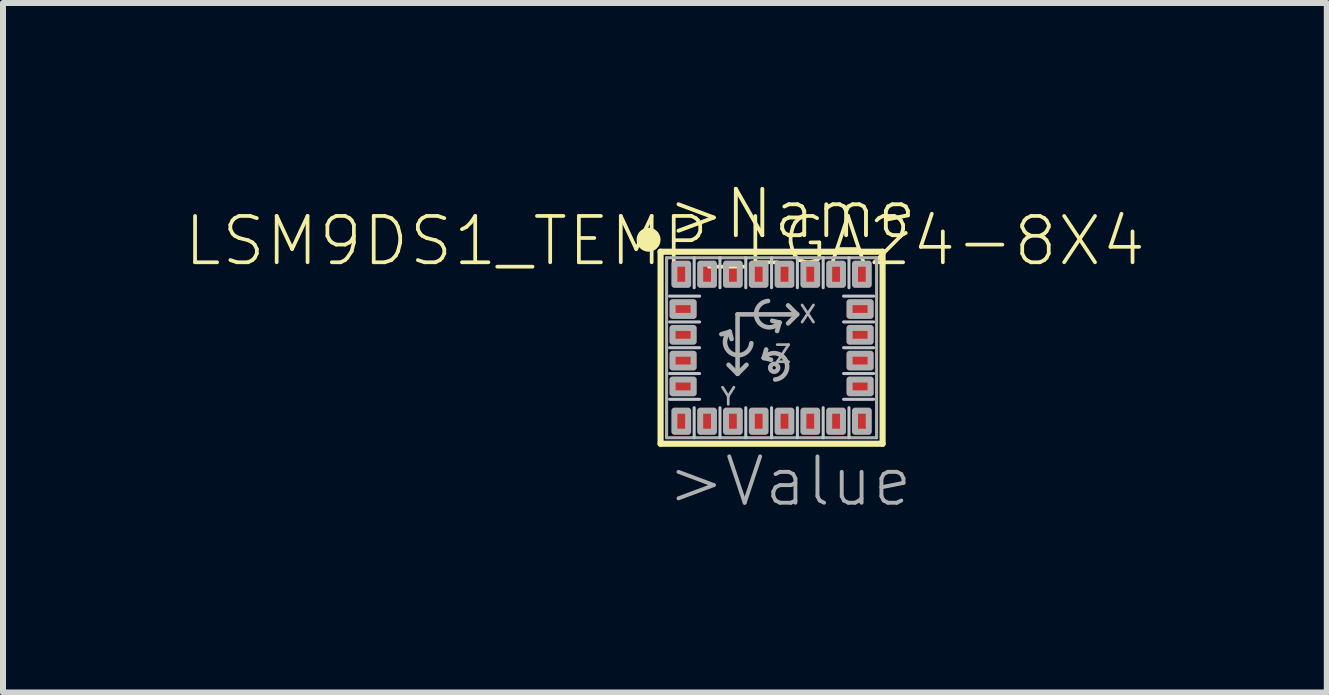
<source format=kicad_pcb>
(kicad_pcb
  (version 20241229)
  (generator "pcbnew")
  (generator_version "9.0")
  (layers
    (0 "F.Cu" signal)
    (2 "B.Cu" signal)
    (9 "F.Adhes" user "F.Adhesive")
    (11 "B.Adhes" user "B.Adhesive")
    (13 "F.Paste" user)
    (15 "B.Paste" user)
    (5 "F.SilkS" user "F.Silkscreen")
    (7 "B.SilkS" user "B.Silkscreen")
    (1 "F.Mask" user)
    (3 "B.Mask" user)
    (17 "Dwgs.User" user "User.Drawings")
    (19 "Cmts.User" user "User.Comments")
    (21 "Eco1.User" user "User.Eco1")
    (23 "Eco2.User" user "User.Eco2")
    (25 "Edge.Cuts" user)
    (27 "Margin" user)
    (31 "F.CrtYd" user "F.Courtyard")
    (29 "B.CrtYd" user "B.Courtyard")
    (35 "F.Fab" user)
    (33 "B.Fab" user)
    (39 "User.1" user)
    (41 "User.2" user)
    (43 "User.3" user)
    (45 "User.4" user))
  (footprint "LSM9DS1_TEMP_LGA24-8X4"
    (layer "F.Cu")
    (at 9.809 2.745)
    (property "Reference" "LSM9DS1_TEMP_LGA24-8X4" (at -1.778 -1.778 0) (layer "F.SilkS") (effects (font (size 0.772 0.772) (thickness 0.062))))
    (attr through_hole)
    (fp_line (start -1.85 -1.6) (end 1.85 -1.6) (stroke (width 0.102) (type solid)) (layer "F.SilkS"))
    (fp_line (start -1.85 1.6) (end -1.85 -1.6) (stroke (width 0.102) (type solid)) (layer "F.SilkS"))
    (fp_line (start 1.85 -1.6) (end 1.85 1.6) (stroke (width 0.102) (type solid)) (layer "F.SilkS"))
    (fp_line (start 1.85 1.6) (end -1.85 1.6) (stroke (width 0.102) (type solid)) (layer "F.SilkS"))
    (fp_circle (center -2.05 -1.8) (end -1.95 -1.8) (stroke (width 0.2) (type solid)) (fill no) (layer "F.SilkS"))
    (fp_line (start -1.7 -0.86) (end -1.2 -0.86) (stroke (width 0.051) (type solid)) (layer "Dwgs.User"))
    (fp_line (start -1.7 -0.43) (end -1.2 -0.43) (stroke (width 0.051) (type solid)) (layer "Dwgs.User"))
    (fp_line (start -1.7 0) (end -1.2 0) (stroke (width 0.051) (type solid)) (layer "Dwgs.User"))
    (fp_line (start -1.7 0.43) (end -1.2 0.43) (stroke (width 0.051) (type solid)) (layer "Dwgs.User"))
    (fp_line (start -1.7 0.86) (end -1.2 0.86) (stroke (width 0.051) (type solid)) (layer "Dwgs.User"))
    (fp_line (start -1.29 -1.5) (end -1.29 -1) (stroke (width 0.051) (type solid)) (layer "Dwgs.User"))
    (fp_line (start -1.29 1.5) (end -1.29 1) (stroke (width 0.051) (type solid)) (layer "Dwgs.User"))
    (fp_line (start -0.86 -1.5) (end -0.86 -1) (stroke (width 0.051) (type solid)) (layer "Dwgs.User"))
    (fp_line (start -0.86 1.5) (end -0.86 1) (stroke (width 0.051) (type solid)) (layer "Dwgs.User"))
    (fp_line (start -0.43 -1.5) (end -0.43 -1) (stroke (width 0.051) (type solid)) (layer "Dwgs.User"))
    (fp_line (start -0.43 1.5) (end -0.43 1) (stroke (width 0.051) (type solid)) (layer "Dwgs.User"))
    (fp_line (start 0 -1.5) (end 0 -1) (stroke (width 0.051) (type solid)) (layer "Dwgs.User"))
    (fp_line (start 0 1.5) (end 0 1) (stroke (width 0.051) (type solid)) (layer "Dwgs.User"))
    (fp_line (start 0.43 -1.5) (end 0.43 -1) (stroke (width 0.051) (type solid)) (layer "Dwgs.User"))
    (fp_line (start 0.43 1.5) (end 0.43 1) (stroke (width 0.051) (type solid)) (layer "Dwgs.User"))
    (fp_line (start 0.86 -1.5) (end 0.86 -1) (stroke (width 0.051) (type solid)) (layer "Dwgs.User"))
    (fp_line (start 0.86 1.5) (end 0.86 1) (stroke (width 0.051) (type solid)) (layer "Dwgs.User"))
    (fp_line (start 1.29 -1.5) (end 1.29 -1) (stroke (width 0.051) (type solid)) (layer "Dwgs.User"))
    (fp_line (start 1.29 1.5) (end 1.29 1) (stroke (width 0.051) (type solid)) (layer "Dwgs.User"))
    (fp_line (start 1.7 -0.86) (end 1.2 -0.86) (stroke (width 0.051) (type solid)) (layer "Dwgs.User"))
    (fp_line (start 1.7 -0.43) (end 1.2 -0.43) (stroke (width 0.051) (type solid)) (layer "Dwgs.User"))
    (fp_line (start 1.7 0) (end 1.2 0) (stroke (width 0.051) (type solid)) (layer "Dwgs.User"))
    (fp_line (start 1.7 0.43) (end 1.2 0.43) (stroke (width 0.051) (type solid)) (layer "Dwgs.User"))
    (fp_line (start 1.7 0.86) (end 1.2 0.86) (stroke (width 0.051) (type solid)) (layer "Dwgs.User"))
    (fp_line (start -1.75 -1.5) (end 1.75 -1.5) (stroke (width 0.051) (type solid)) (layer "F.Fab"))
    (fp_line (start -1.75 1.5) (end -1.75 -1.5) (stroke (width 0.051) (type solid)) (layer "F.Fab"))
    (fp_line (start -0.697 -0.265) (end -0.837 -0.225) (stroke (width 0.076) (type solid)) (layer "F.Fab"))
    (fp_line (start -0.697 -0.265) (end -0.667 -0.145) (stroke (width 0.076) (type solid)) (layer "F.Fab"))
    (fp_line (start -0.567 0.432) (end -0.567 -0.556) (stroke (width 0.076) (type solid)) (layer "F.Fab"))
    (fp_line (start -0.567 0.435) (end -0.717 0.285) (stroke (width 0.076) (type solid)) (layer "F.Fab"))
    (fp_line (start -0.567 0.435) (end -0.417 0.285) (stroke (width 0.076) (type solid)) (layer "F.Fab"))
    (fp_line (start -0.13 0.17) (end -0.09 0.03) (stroke (width 0.076) (type solid)) (layer "F.Fab"))
    (fp_line (start -0.13 0.17) (end -0.01 0.2) (stroke (width 0.076) (type solid)) (layer "F.Fab"))
    (fp_line (start 0.131 -0.419) (end 0.011 -0.449) (stroke (width 0.076) (type solid)) (layer "F.Fab"))
    (fp_line (start 0.131 -0.419) (end 0.091 -0.279) (stroke (width 0.076) (type solid)) (layer "F.Fab"))
    (fp_line (start 0.425 -0.556) (end -0.567 -0.556) (stroke (width 0.076) (type solid)) (layer "F.Fab"))
    (fp_line (start 0.425 -0.556) (end 0.275 -0.706) (stroke (width 0.076) (type solid)) (layer "F.Fab"))
    (fp_line (start 0.425 -0.556) (end 0.275 -0.406) (stroke (width 0.076) (type solid)) (layer "F.Fab"))
    (fp_line (start 1.75 -1.5) (end 1.75 1.5) (stroke (width 0.051) (type solid)) (layer "F.Fab"))
    (fp_line (start 1.75 1.5) (end -1.75 1.5) (stroke (width 0.051) (type solid)) (layer "F.Fab"))
    (fp_arc (start -0.337 -0.075) (mid -0.659177 0.09939) (end -0.697 -0.264999) (stroke (width 0.0762) (type solid)) (layer "F.Fab"))
    (fp_arc (start -0.130001 0.169999) (mid 0.234389 0.207821) (end 0.06 0.53) (stroke (width 0.0762) (type solid)) (layer "F.Fab"))
    (fp_arc (start 0.131401 -0.419399) (mid -0.232989 -0.457221) (end -0.0586 -0.7794) (stroke (width 0.0762) (type solid)) (layer "F.Fab"))
    (fp_circle (center 0.043 0.334) (end 0.071 0.334) (stroke (width 0.076) (type solid)) (fill no) (layer "F.Fab"))
    (fp_poly (pts (xy -1.65 -0.53) (xy -1.3 -0.53) (xy -1.3 -0.76) (xy -1.65 -0.76)) (stroke (width 0.1) (type solid)) (fill no) (layer "F.Fab"))
    (fp_poly (pts (xy -1.65 -0.1) (xy -1.3 -0.1) (xy -1.3 -0.33) (xy -1.65 -0.33)) (stroke (width 0.1) (type solid)) (fill no) (layer "F.Fab"))
    (fp_poly (pts (xy -1.65 0.33) (xy -1.3 0.33) (xy -1.3 0.1) (xy -1.65 0.1)) (stroke (width 0.1) (type solid)) (fill no) (layer "F.Fab"))
    (fp_poly (pts (xy -1.65 0.76) (xy -1.3 0.76) (xy -1.3 0.53) (xy -1.65 0.53)) (stroke (width 0.1) (type solid)) (fill no) (layer "F.Fab"))
    (fp_poly (pts (xy -1.62 -1.05) (xy -1.39 -1.05) (xy -1.39 -1.4) (xy -1.62 -1.4)) (stroke (width 0.1) (type solid)) (fill no) (layer "F.Fab"))
    (fp_poly (pts (xy -1.39 1.05) (xy -1.62 1.05) (xy -1.62 1.4) (xy -1.39 1.4)) (stroke (width 0.1) (type solid)) (fill no) (layer "F.Fab"))
    (fp_poly (pts (xy -1.19 -1.05) (xy -0.96 -1.05) (xy -0.96 -1.4) (xy -1.19 -1.4)) (stroke (width 0.1) (type solid)) (fill no) (layer "F.Fab"))
    (fp_poly (pts (xy -0.96 1.05) (xy -1.19 1.05) (xy -1.19 1.4) (xy -0.96 1.4)) (stroke (width 0.1) (type solid)) (fill no) (layer "F.Fab"))
    (fp_poly (pts (xy -0.76 -1.05) (xy -0.53 -1.05) (xy -0.53 -1.4) (xy -0.76 -1.4)) (stroke (width 0.1) (type solid)) (fill no) (layer "F.Fab"))
    (fp_poly (pts (xy -0.53 1.05) (xy -0.76 1.05) (xy -0.76 1.4) (xy -0.53 1.4)) (stroke (width 0.1) (type solid)) (fill no) (layer "F.Fab"))
    (fp_poly (pts (xy -0.33 -1.05) (xy -0.1 -1.05) (xy -0.1 -1.4) (xy -0.33 -1.4)) (stroke (width 0.1) (type solid)) (fill no) (layer "F.Fab"))
    (fp_poly (pts (xy -0.1 1.05) (xy -0.33 1.05) (xy -0.33 1.4) (xy -0.1 1.4)) (stroke (width 0.1) (type solid)) (fill no) (layer "F.Fab"))
    (fp_poly (pts (xy 0.1 -1.05) (xy 0.33 -1.05) (xy 0.33 -1.4) (xy 0.1 -1.4)) (stroke (width 0.1) (type solid)) (fill no) (layer "F.Fab"))
    (fp_poly (pts (xy 0.33 1.05) (xy 0.1 1.05) (xy 0.1 1.4) (xy 0.33 1.4)) (stroke (width 0.1) (type solid)) (fill no) (layer "F.Fab"))
    (fp_poly (pts (xy 0.53 -1.05) (xy 0.76 -1.05) (xy 0.76 -1.4) (xy 0.53 -1.4)) (stroke (width 0.1) (type solid)) (fill no) (layer "F.Fab"))
    (fp_poly (pts (xy 0.76 1.05) (xy 0.53 1.05) (xy 0.53 1.4) (xy 0.76 1.4)) (stroke (width 0.1) (type solid)) (fill no) (layer "F.Fab"))
    (fp_poly (pts (xy 0.96 -1.05) (xy 1.19 -1.05) (xy 1.19 -1.4) (xy 0.96 -1.4)) (stroke (width 0.1) (type solid)) (fill no) (layer "F.Fab"))
    (fp_poly (pts (xy 1.19 1.05) (xy 0.96 1.05) (xy 0.96 1.4) (xy 1.19 1.4)) (stroke (width 0.1) (type solid)) (fill no) (layer "F.Fab"))
    (fp_poly (pts (xy 1.39 -1.05) (xy 1.62 -1.05) (xy 1.62 -1.4) (xy 1.39 -1.4)) (stroke (width 0.1) (type solid)) (fill no) (layer "F.Fab"))
    (fp_poly (pts (xy 1.62 1.05) (xy 1.39 1.05) (xy 1.39 1.4) (xy 1.62 1.4)) (stroke (width 0.1) (type solid)) (fill no) (layer "F.Fab"))
    (fp_poly (pts (xy 1.65 -0.76) (xy 1.3 -0.76) (xy 1.3 -0.53) (xy 1.65 -0.53)) (stroke (width 0.1) (type solid)) (fill no) (layer "F.Fab"))
    (fp_poly (pts (xy 1.65 -0.33) (xy 1.3 -0.33) (xy 1.3 -0.1) (xy 1.65 -0.1)) (stroke (width 0.1) (type solid)) (fill no) (layer "F.Fab"))
    (fp_poly (pts (xy 1.65 0.1) (xy 1.3 0.1) (xy 1.3 0.33) (xy 1.65 0.33)) (stroke (width 0.1) (type solid)) (fill no) (layer "F.Fab"))
    (fp_poly (pts (xy 1.65 0.53) (xy 1.3 0.53) (xy 1.3 0.76) (xy 1.65 0.76)) (stroke (width 0.1) (type solid)) (fill no) (layer "F.Fab"))
    (fp_text user ">Name" (at -1.778 -1.778 0) (layer "F.SilkS") (effects (font (size 0.772 0.772) (thickness 0.065)) (justify left bottom)))
    (fp_text user ">Value" (at -1.778 1.778 0) (layer "F.Fab") (effects (font (size 0.772 0.772) (thickness 0.065)) (justify left top)))
    (fp_text user "Z" (at 0.354 -0.063 0) (layer "F.Fab") (effects (font (size 0.285 0.285) (thickness 0.045)) (justify right top)))
    (fp_text user "Y" (at -0.571 0.647 0) (layer "F.Fab") (effects (font (size 0.285 0.285) (thickness 0.045)) (justify right top)))
    (fp_text user "X" (at 0.603 -0.557 0) (layer "F.Fab") (effects (font (size 0.285 0.285) (thickness 0.045))))
    (pad "1" smd rect (at -1.505 -1.225 90) (size 0.45 0.27) (layers "F.Cu" "F.Mask" "F.Paste"))
    (pad "2" smd rect (at -1.475 -0.645 180) (size 0.45 0.27) (layers "F.Cu" "F.Mask" "F.Paste"))
    (pad "3" smd rect (at -1.475 -0.215 180) (size 0.45 0.27) (layers "F.Cu" "F.Mask" "F.Paste"))
    (pad "4" smd rect (at -1.475 0.215 180) (size 0.45 0.27) (layers "F.Cu" "F.Mask" "F.Paste"))
    (pad "5" smd rect (at -1.475 0.645 180) (size 0.45 0.27) (layers "F.Cu" "F.Mask" "F.Paste"))
    (pad "6" smd rect (at -1.505 1.225 270) (size 0.45 0.27) (layers "F.Cu" "F.Mask" "F.Paste"))
    (pad "7" smd rect (at -1.075 1.225 270) (size 0.45 0.27) (layers "F.Cu" "F.Mask" "F.Paste"))
    (pad "8" smd rect (at -0.645 1.225 270) (size 0.45 0.27) (layers "F.Cu" "F.Mask" "F.Paste"))
    (pad "9" smd rect (at -0.215 1.225 270) (size 0.45 0.27) (layers "F.Cu" "F.Mask" "F.Paste"))
    (pad "10" smd rect (at 0.215 1.225 270) (size 0.45 0.27) (layers "F.Cu" "F.Mask" "F.Paste"))
    (pad "11" smd rect (at 0.645 1.225 270) (size 0.45 0.27) (layers "F.Cu" "F.Mask" "F.Paste"))
    (pad "12" smd rect (at 1.075 1.225 270) (size 0.45 0.27) (layers "F.Cu" "F.Mask" "F.Paste"))
    (pad "13" smd rect (at 1.505 1.225 270) (size 0.45 0.27) (layers "F.Cu" "F.Mask" "F.Paste"))
    (pad "14" smd rect (at 1.475 0.645) (size 0.45 0.27) (layers "F.Cu" "F.Mask" "F.Paste"))
    (pad "15" smd rect (at 1.475 0.215) (size 0.45 0.27) (layers "F.Cu" "F.Mask" "F.Paste"))
    (pad "16" smd rect (at 1.475 -0.215) (size 0.45 0.27) (layers "F.Cu" "F.Mask" "F.Paste"))
    (pad "17" smd rect (at 1.475 -0.645) (size 0.45 0.27) (layers "F.Cu" "F.Mask" "F.Paste"))
    (pad "18" smd rect (at 1.505 -1.225 90) (size 0.45 0.27) (layers "F.Cu" "F.Mask" "F.Paste"))
    (pad "19" smd rect (at 1.075 -1.225 90) (size 0.45 0.27) (layers "F.Cu" "F.Mask" "F.Paste"))
    (pad "20" smd rect (at 0.645 -1.225 90) (size 0.45 0.27) (layers "F.Cu" "F.Mask" "F.Paste"))
    (pad "21" smd rect (at 0.215 -1.225 90) (size 0.45 0.27) (layers "F.Cu" "F.Mask" "F.Paste"))
    (pad "22" smd rect (at -0.215 -1.225 90) (size 0.45 0.27) (layers "F.Cu" "F.Mask" "F.Paste"))
    (pad "23" smd rect (at -0.645 -1.225 90) (size 0.45 0.27) (layers "F.Cu" "F.Mask" "F.Paste"))
    (pad "24" smd rect (at -1.075 -1.225 90) (size 0.45 0.27) (layers "F.Cu" "F.Mask" "F.Paste")))
  (gr_rect
    (start -3 -3)
    (end 19.062 8.49)
    (stroke (width 0.1) (type default))
    (fill no)
    (layer "Edge.Cuts")))
</source>
